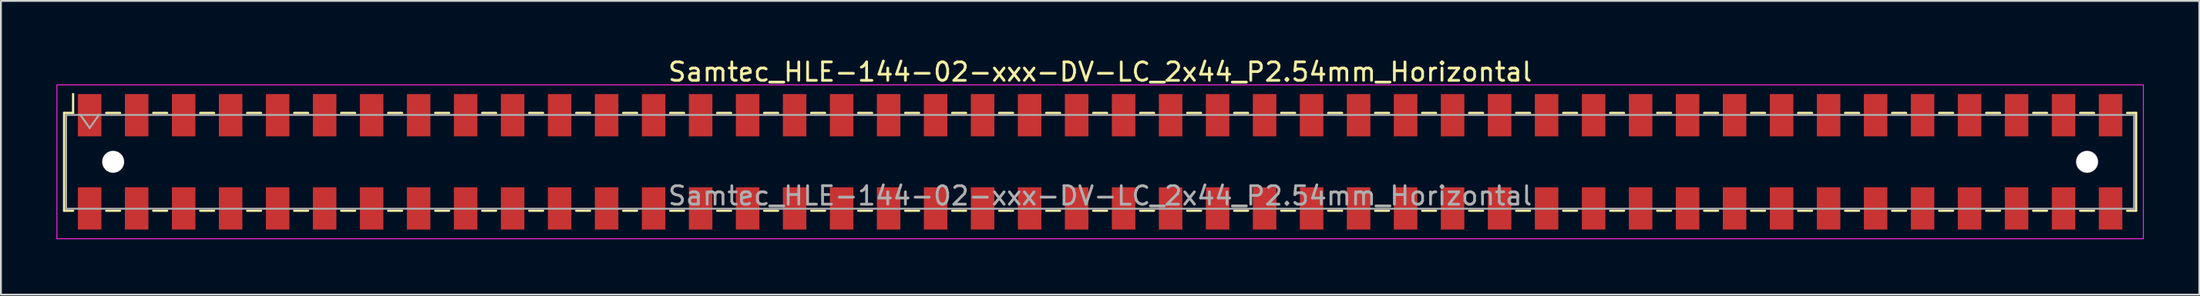
<source format=kicad_pcb>
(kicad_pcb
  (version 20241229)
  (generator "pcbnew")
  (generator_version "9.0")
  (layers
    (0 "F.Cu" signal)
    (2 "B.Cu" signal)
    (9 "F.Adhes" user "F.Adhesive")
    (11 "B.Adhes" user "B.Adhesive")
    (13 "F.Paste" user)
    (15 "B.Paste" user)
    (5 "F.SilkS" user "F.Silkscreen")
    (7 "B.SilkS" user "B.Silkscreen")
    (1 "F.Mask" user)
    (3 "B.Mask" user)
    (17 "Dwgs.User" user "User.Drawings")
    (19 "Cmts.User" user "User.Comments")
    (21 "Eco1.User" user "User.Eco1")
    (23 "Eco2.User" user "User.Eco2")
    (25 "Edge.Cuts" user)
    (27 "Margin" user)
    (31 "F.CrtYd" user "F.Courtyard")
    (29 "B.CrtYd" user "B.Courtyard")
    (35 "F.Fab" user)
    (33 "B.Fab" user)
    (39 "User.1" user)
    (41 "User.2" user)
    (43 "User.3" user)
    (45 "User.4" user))
  (footprint "Samtec_HLE-144-02-xxx-DV-LC_2x44_P2.54mm_Horizontal"
    (layer "F.Cu")
    (at 56.405 5.718)
    (property "Reference" "Samtec_HLE-144-02-xxx-DV-LC_2x44_P2.54mm_Horizontal" (at 0 -4.87 0) (layer "F.SilkS") (effects (font (size 1 1) (thickness 0.15))))
    (attr smd)
    (fp_line (start -55.99 -2.65) (end -55.99 2.65) (stroke (width 0.12) (type solid)) (layer "F.SilkS"))
    (fp_line (start -55.99 2.65) (end -55.505 2.65) (stroke (width 0.12) (type solid)) (layer "F.SilkS"))
    (fp_line (start -55.505 -3.67) (end -55.505 -2.65) (stroke (width 0.12) (type solid)) (layer "F.SilkS"))
    (fp_line (start -55.505 -2.65) (end -55.99 -2.65) (stroke (width 0.12) (type solid)) (layer "F.SilkS"))
    (fp_line (start -53.715 -2.65) (end -52.965 -2.65) (stroke (width 0.12) (type solid)) (layer "F.SilkS"))
    (fp_line (start -53.715 2.65) (end -52.965 2.65) (stroke (width 0.12) (type solid)) (layer "F.SilkS"))
    (fp_line (start -51.175 -2.65) (end -50.425 -2.65) (stroke (width 0.12) (type solid)) (layer "F.SilkS"))
    (fp_line (start -51.175 2.65) (end -50.425 2.65) (stroke (width 0.12) (type solid)) (layer "F.SilkS"))
    (fp_line (start -48.635 -2.65) (end -47.885 -2.65) (stroke (width 0.12) (type solid)) (layer "F.SilkS"))
    (fp_line (start -48.635 2.65) (end -47.885 2.65) (stroke (width 0.12) (type solid)) (layer "F.SilkS"))
    (fp_line (start -46.095 -2.65) (end -45.345 -2.65) (stroke (width 0.12) (type solid)) (layer "F.SilkS"))
    (fp_line (start -46.095 2.65) (end -45.345 2.65) (stroke (width 0.12) (type solid)) (layer "F.SilkS"))
    (fp_line (start -43.555 -2.65) (end -42.805 -2.65) (stroke (width 0.12) (type solid)) (layer "F.SilkS"))
    (fp_line (start -43.555 2.65) (end -42.805 2.65) (stroke (width 0.12) (type solid)) (layer "F.SilkS"))
    (fp_line (start -41.015 -2.65) (end -40.265 -2.65) (stroke (width 0.12) (type solid)) (layer "F.SilkS"))
    (fp_line (start -41.015 2.65) (end -40.265 2.65) (stroke (width 0.12) (type solid)) (layer "F.SilkS"))
    (fp_line (start -38.475 -2.65) (end -37.725 -2.65) (stroke (width 0.12) (type solid)) (layer "F.SilkS"))
    (fp_line (start -38.475 2.65) (end -37.725 2.65) (stroke (width 0.12) (type solid)) (layer "F.SilkS"))
    (fp_line (start -35.935 -2.65) (end -35.185 -2.65) (stroke (width 0.12) (type solid)) (layer "F.SilkS"))
    (fp_line (start -35.935 2.65) (end -35.185 2.65) (stroke (width 0.12) (type solid)) (layer "F.SilkS"))
    (fp_line (start -33.395 -2.65) (end -32.645 -2.65) (stroke (width 0.12) (type solid)) (layer "F.SilkS"))
    (fp_line (start -33.395 2.65) (end -32.645 2.65) (stroke (width 0.12) (type solid)) (layer "F.SilkS"))
    (fp_line (start -30.855 -2.65) (end -30.105 -2.65) (stroke (width 0.12) (type solid)) (layer "F.SilkS"))
    (fp_line (start -30.855 2.65) (end -30.105 2.65) (stroke (width 0.12) (type solid)) (layer "F.SilkS"))
    (fp_line (start -28.315 -2.65) (end -27.565 -2.65) (stroke (width 0.12) (type solid)) (layer "F.SilkS"))
    (fp_line (start -28.315 2.65) (end -27.565 2.65) (stroke (width 0.12) (type solid)) (layer "F.SilkS"))
    (fp_line (start -25.775 -2.65) (end -25.025 -2.65) (stroke (width 0.12) (type solid)) (layer "F.SilkS"))
    (fp_line (start -25.775 2.65) (end -25.025 2.65) (stroke (width 0.12) (type solid)) (layer "F.SilkS"))
    (fp_line (start -23.235 -2.65) (end -22.485 -2.65) (stroke (width 0.12) (type solid)) (layer "F.SilkS"))
    (fp_line (start -23.235 2.65) (end -22.485 2.65) (stroke (width 0.12) (type solid)) (layer "F.SilkS"))
    (fp_line (start -20.695 -2.65) (end -19.945 -2.65) (stroke (width 0.12) (type solid)) (layer "F.SilkS"))
    (fp_line (start -20.695 2.65) (end -19.945 2.65) (stroke (width 0.12) (type solid)) (layer "F.SilkS"))
    (fp_line (start -18.155 -2.65) (end -17.405 -2.65) (stroke (width 0.12) (type solid)) (layer "F.SilkS"))
    (fp_line (start -18.155 2.65) (end -17.405 2.65) (stroke (width 0.12) (type solid)) (layer "F.SilkS"))
    (fp_line (start -15.615 -2.65) (end -14.865 -2.65) (stroke (width 0.12) (type solid)) (layer "F.SilkS"))
    (fp_line (start -15.615 2.65) (end -14.865 2.65) (stroke (width 0.12) (type solid)) (layer "F.SilkS"))
    (fp_line (start -13.075 -2.65) (end -12.325 -2.65) (stroke (width 0.12) (type solid)) (layer "F.SilkS"))
    (fp_line (start -13.075 2.65) (end -12.325 2.65) (stroke (width 0.12) (type solid)) (layer "F.SilkS"))
    (fp_line (start -10.535 -2.65) (end -9.785 -2.65) (stroke (width 0.12) (type solid)) (layer "F.SilkS"))
    (fp_line (start -10.535 2.65) (end -9.785 2.65) (stroke (width 0.12) (type solid)) (layer "F.SilkS"))
    (fp_line (start -7.995 -2.65) (end -7.245 -2.65) (stroke (width 0.12) (type solid)) (layer "F.SilkS"))
    (fp_line (start -7.995 2.65) (end -7.245 2.65) (stroke (width 0.12) (type solid)) (layer "F.SilkS"))
    (fp_line (start -5.455 -2.65) (end -4.705 -2.65) (stroke (width 0.12) (type solid)) (layer "F.SilkS"))
    (fp_line (start -5.455 2.65) (end -4.705 2.65) (stroke (width 0.12) (type solid)) (layer "F.SilkS"))
    (fp_line (start -2.915 -2.65) (end -2.165 -2.65) (stroke (width 0.12) (type solid)) (layer "F.SilkS"))
    (fp_line (start -2.915 2.65) (end -2.165 2.65) (stroke (width 0.12) (type solid)) (layer "F.SilkS"))
    (fp_line (start -0.375 -2.65) (end 0.375 -2.65) (stroke (width 0.12) (type solid)) (layer "F.SilkS"))
    (fp_line (start -0.375 2.65) (end 0.375 2.65) (stroke (width 0.12) (type solid)) (layer "F.SilkS"))
    (fp_line (start 2.165 -2.65) (end 2.915 -2.65) (stroke (width 0.12) (type solid)) (layer "F.SilkS"))
    (fp_line (start 2.165 2.65) (end 2.915 2.65) (stroke (width 0.12) (type solid)) (layer "F.SilkS"))
    (fp_line (start 4.705 -2.65) (end 5.455 -2.65) (stroke (width 0.12) (type solid)) (layer "F.SilkS"))
    (fp_line (start 4.705 2.65) (end 5.455 2.65) (stroke (width 0.12) (type solid)) (layer "F.SilkS"))
    (fp_line (start 7.245 -2.65) (end 7.995 -2.65) (stroke (width 0.12) (type solid)) (layer "F.SilkS"))
    (fp_line (start 7.245 2.65) (end 7.995 2.65) (stroke (width 0.12) (type solid)) (layer "F.SilkS"))
    (fp_line (start 9.785 -2.65) (end 10.535 -2.65) (stroke (width 0.12) (type solid)) (layer "F.SilkS"))
    (fp_line (start 9.785 2.65) (end 10.535 2.65) (stroke (width 0.12) (type solid)) (layer "F.SilkS"))
    (fp_line (start 12.325 -2.65) (end 13.075 -2.65) (stroke (width 0.12) (type solid)) (layer "F.SilkS"))
    (fp_line (start 12.325 2.65) (end 13.075 2.65) (stroke (width 0.12) (type solid)) (layer "F.SilkS"))
    (fp_line (start 14.865 -2.65) (end 15.615 -2.65) (stroke (width 0.12) (type solid)) (layer "F.SilkS"))
    (fp_line (start 14.865 2.65) (end 15.615 2.65) (stroke (width 0.12) (type solid)) (layer "F.SilkS"))
    (fp_line (start 17.405 -2.65) (end 18.155 -2.65) (stroke (width 0.12) (type solid)) (layer "F.SilkS"))
    (fp_line (start 17.405 2.65) (end 18.155 2.65) (stroke (width 0.12) (type solid)) (layer "F.SilkS"))
    (fp_line (start 19.945 -2.65) (end 20.695 -2.65) (stroke (width 0.12) (type solid)) (layer "F.SilkS"))
    (fp_line (start 19.945 2.65) (end 20.695 2.65) (stroke (width 0.12) (type solid)) (layer "F.SilkS"))
    (fp_line (start 22.485 -2.65) (end 23.235 -2.65) (stroke (width 0.12) (type solid)) (layer "F.SilkS"))
    (fp_line (start 22.485 2.65) (end 23.235 2.65) (stroke (width 0.12) (type solid)) (layer "F.SilkS"))
    (fp_line (start 25.025 -2.65) (end 25.775 -2.65) (stroke (width 0.12) (type solid)) (layer "F.SilkS"))
    (fp_line (start 25.025 2.65) (end 25.775 2.65) (stroke (width 0.12) (type solid)) (layer "F.SilkS"))
    (fp_line (start 27.565 -2.65) (end 28.315 -2.65) (stroke (width 0.12) (type solid)) (layer "F.SilkS"))
    (fp_line (start 27.565 2.65) (end 28.315 2.65) (stroke (width 0.12) (type solid)) (layer "F.SilkS"))
    (fp_line (start 30.105 -2.65) (end 30.855 -2.65) (stroke (width 0.12) (type solid)) (layer "F.SilkS"))
    (fp_line (start 30.105 2.65) (end 30.855 2.65) (stroke (width 0.12) (type solid)) (layer "F.SilkS"))
    (fp_line (start 32.645 -2.65) (end 33.395 -2.65) (stroke (width 0.12) (type solid)) (layer "F.SilkS"))
    (fp_line (start 32.645 2.65) (end 33.395 2.65) (stroke (width 0.12) (type solid)) (layer "F.SilkS"))
    (fp_line (start 35.185 -2.65) (end 35.935 -2.65) (stroke (width 0.12) (type solid)) (layer "F.SilkS"))
    (fp_line (start 35.185 2.65) (end 35.935 2.65) (stroke (width 0.12) (type solid)) (layer "F.SilkS"))
    (fp_line (start 37.725 -2.65) (end 38.475 -2.65) (stroke (width 0.12) (type solid)) (layer "F.SilkS"))
    (fp_line (start 37.725 2.65) (end 38.475 2.65) (stroke (width 0.12) (type solid)) (layer "F.SilkS"))
    (fp_line (start 40.265 -2.65) (end 41.015 -2.65) (stroke (width 0.12) (type solid)) (layer "F.SilkS"))
    (fp_line (start 40.265 2.65) (end 41.015 2.65) (stroke (width 0.12) (type solid)) (layer "F.SilkS"))
    (fp_line (start 42.805 -2.65) (end 43.555 -2.65) (stroke (width 0.12) (type solid)) (layer "F.SilkS"))
    (fp_line (start 42.805 2.65) (end 43.555 2.65) (stroke (width 0.12) (type solid)) (layer "F.SilkS"))
    (fp_line (start 45.345 -2.65) (end 46.095 -2.65) (stroke (width 0.12) (type solid)) (layer "F.SilkS"))
    (fp_line (start 45.345 2.65) (end 46.095 2.65) (stroke (width 0.12) (type solid)) (layer "F.SilkS"))
    (fp_line (start 47.885 -2.65) (end 48.635 -2.65) (stroke (width 0.12) (type solid)) (layer "F.SilkS"))
    (fp_line (start 47.885 2.65) (end 48.635 2.65) (stroke (width 0.12) (type solid)) (layer "F.SilkS"))
    (fp_line (start 50.425 -2.65) (end 51.175 -2.65) (stroke (width 0.12) (type solid)) (layer "F.SilkS"))
    (fp_line (start 50.425 2.65) (end 51.175 2.65) (stroke (width 0.12) (type solid)) (layer "F.SilkS"))
    (fp_line (start 52.965 -2.65) (end 53.715 -2.65) (stroke (width 0.12) (type solid)) (layer "F.SilkS"))
    (fp_line (start 52.965 2.65) (end 53.715 2.65) (stroke (width 0.12) (type solid)) (layer "F.SilkS"))
    (fp_line (start 55.505 -2.65) (end 55.99 -2.65) (stroke (width 0.12) (type solid)) (layer "F.SilkS"))
    (fp_line (start 55.99 -2.65) (end 55.99 2.65) (stroke (width 0.12) (type solid)) (layer "F.SilkS"))
    (fp_line (start 55.99 2.65) (end 55.505 2.65) (stroke (width 0.12) (type solid)) (layer "F.SilkS"))
    (fp_line (start -56.38 -4.17) (end 56.38 -4.17) (stroke (width 0.05) (type solid)) (layer "F.CrtYd"))
    (fp_line (start -56.38 4.17) (end -56.38 -4.17) (stroke (width 0.05) (type solid)) (layer "F.CrtYd"))
    (fp_line (start 56.38 -4.17) (end 56.38 4.17) (stroke (width 0.05) (type solid)) (layer "F.CrtYd"))
    (fp_line (start 56.38 4.17) (end -56.38 4.17) (stroke (width 0.05) (type solid)) (layer "F.CrtYd"))
    (fp_line (start -55.88 -2.54) (end 55.88 -2.54) (stroke (width 0.1) (type solid)) (layer "F.Fab"))
    (fp_line (start -55.88 2.54) (end -55.88 -2.54) (stroke (width 0.1) (type solid)) (layer "F.Fab"))
    (fp_line (start -55.11 -2.54) (end -54.61 -1.833) (stroke (width 0.1) (type solid)) (layer "F.Fab"))
    (fp_line (start -54.61 -1.833) (end -54.11 -2.54) (stroke (width 0.1) (type solid)) (layer "F.Fab"))
    (fp_line (start 55.88 -2.54) (end 55.88 2.54) (stroke (width 0.1) (type solid)) (layer "F.Fab"))
    (fp_line (start 55.88 2.54) (end -55.88 2.54) (stroke (width 0.1) (type solid)) (layer "F.Fab"))
    (fp_text user "${REFERENCE}" (at 0 1.84 0) (layer "F.Fab") (effects (font (size 1 1) (thickness 0.15))))
    (pad "" np_thru_hole circle (at -53.34 0) (size 1.19 1.19) (drill 1.19) (layers "*.Cu" "*.Mask"))
    (pad "" np_thru_hole circle (at 53.34 0) (size 1.19 1.19) (drill 1.19) (layers "*.Cu" "*.Mask"))
    (pad "1" smd rect (at -54.61 -2.525) (size 1.27 2.29) (layers "F.Cu" "F.Mask" "F.Paste"))
    (pad "2" smd rect (at -54.61 2.525) (size 1.27 2.29) (layers "F.Cu" "F.Mask" "F.Paste"))
    (pad "3" smd rect (at -52.07 -2.525) (size 1.27 2.29) (layers "F.Cu" "F.Mask" "F.Paste"))
    (pad "4" smd rect (at -52.07 2.525) (size 1.27 2.29) (layers "F.Cu" "F.Mask" "F.Paste"))
    (pad "5" smd rect (at -49.53 -2.525) (size 1.27 2.29) (layers "F.Cu" "F.Mask" "F.Paste"))
    (pad "6" smd rect (at -49.53 2.525) (size 1.27 2.29) (layers "F.Cu" "F.Mask" "F.Paste"))
    (pad "7" smd rect (at -46.99 -2.525) (size 1.27 2.29) (layers "F.Cu" "F.Mask" "F.Paste"))
    (pad "8" smd rect (at -46.99 2.525) (size 1.27 2.29) (layers "F.Cu" "F.Mask" "F.Paste"))
    (pad "9" smd rect (at -44.45 -2.525) (size 1.27 2.29) (layers "F.Cu" "F.Mask" "F.Paste"))
    (pad "10" smd rect (at -44.45 2.525) (size 1.27 2.29) (layers "F.Cu" "F.Mask" "F.Paste"))
    (pad "11" smd rect (at -41.91 -2.525) (size 1.27 2.29) (layers "F.Cu" "F.Mask" "F.Paste"))
    (pad "12" smd rect (at -41.91 2.525) (size 1.27 2.29) (layers "F.Cu" "F.Mask" "F.Paste"))
    (pad "13" smd rect (at -39.37 -2.525) (size 1.27 2.29) (layers "F.Cu" "F.Mask" "F.Paste"))
    (pad "14" smd rect (at -39.37 2.525) (size 1.27 2.29) (layers "F.Cu" "F.Mask" "F.Paste"))
    (pad "15" smd rect (at -36.83 -2.525) (size 1.27 2.29) (layers "F.Cu" "F.Mask" "F.Paste"))
    (pad "16" smd rect (at -36.83 2.525) (size 1.27 2.29) (layers "F.Cu" "F.Mask" "F.Paste"))
    (pad "17" smd rect (at -34.29 -2.525) (size 1.27 2.29) (layers "F.Cu" "F.Mask" "F.Paste"))
    (pad "18" smd rect (at -34.29 2.525) (size 1.27 2.29) (layers "F.Cu" "F.Mask" "F.Paste"))
    (pad "19" smd rect (at -31.75 -2.525) (size 1.27 2.29) (layers "F.Cu" "F.Mask" "F.Paste"))
    (pad "20" smd rect (at -31.75 2.525) (size 1.27 2.29) (layers "F.Cu" "F.Mask" "F.Paste"))
    (pad "21" smd rect (at -29.21 -2.525) (size 1.27 2.29) (layers "F.Cu" "F.Mask" "F.Paste"))
    (pad "22" smd rect (at -29.21 2.525) (size 1.27 2.29) (layers "F.Cu" "F.Mask" "F.Paste"))
    (pad "23" smd rect (at -26.67 -2.525) (size 1.27 2.29) (layers "F.Cu" "F.Mask" "F.Paste"))
    (pad "24" smd rect (at -26.67 2.525) (size 1.27 2.29) (layers "F.Cu" "F.Mask" "F.Paste"))
    (pad "25" smd rect (at -24.13 -2.525) (size 1.27 2.29) (layers "F.Cu" "F.Mask" "F.Paste"))
    (pad "26" smd rect (at -24.13 2.525) (size 1.27 2.29) (layers "F.Cu" "F.Mask" "F.Paste"))
    (pad "27" smd rect (at -21.59 -2.525) (size 1.27 2.29) (layers "F.Cu" "F.Mask" "F.Paste"))
    (pad "28" smd rect (at -21.59 2.525) (size 1.27 2.29) (layers "F.Cu" "F.Mask" "F.Paste"))
    (pad "29" smd rect (at -19.05 -2.525) (size 1.27 2.29) (layers "F.Cu" "F.Mask" "F.Paste"))
    (pad "30" smd rect (at -19.05 2.525) (size 1.27 2.29) (layers "F.Cu" "F.Mask" "F.Paste"))
    (pad "31" smd rect (at -16.51 -2.525) (size 1.27 2.29) (layers "F.Cu" "F.Mask" "F.Paste"))
    (pad "32" smd rect (at -16.51 2.525) (size 1.27 2.29) (layers "F.Cu" "F.Mask" "F.Paste"))
    (pad "33" smd rect (at -13.97 -2.525) (size 1.27 2.29) (layers "F.Cu" "F.Mask" "F.Paste"))
    (pad "34" smd rect (at -13.97 2.525) (size 1.27 2.29) (layers "F.Cu" "F.Mask" "F.Paste"))
    (pad "35" smd rect (at -11.43 -2.525) (size 1.27 2.29) (layers "F.Cu" "F.Mask" "F.Paste"))
    (pad "36" smd rect (at -11.43 2.525) (size 1.27 2.29) (layers "F.Cu" "F.Mask" "F.Paste"))
    (pad "37" smd rect (at -8.89 -2.525) (size 1.27 2.29) (layers "F.Cu" "F.Mask" "F.Paste"))
    (pad "38" smd rect (at -8.89 2.525) (size 1.27 2.29) (layers "F.Cu" "F.Mask" "F.Paste"))
    (pad "39" smd rect (at -6.35 -2.525) (size 1.27 2.29) (layers "F.Cu" "F.Mask" "F.Paste"))
    (pad "40" smd rect (at -6.35 2.525) (size 1.27 2.29) (layers "F.Cu" "F.Mask" "F.Paste"))
    (pad "41" smd rect (at -3.81 -2.525) (size 1.27 2.29) (layers "F.Cu" "F.Mask" "F.Paste"))
    (pad "42" smd rect (at -3.81 2.525) (size 1.27 2.29) (layers "F.Cu" "F.Mask" "F.Paste"))
    (pad "43" smd rect (at -1.27 -2.525) (size 1.27 2.29) (layers "F.Cu" "F.Mask" "F.Paste"))
    (pad "44" smd rect (at -1.27 2.525) (size 1.27 2.29) (layers "F.Cu" "F.Mask" "F.Paste"))
    (pad "45" smd rect (at 1.27 -2.525) (size 1.27 2.29) (layers "F.Cu" "F.Mask" "F.Paste"))
    (pad "46" smd rect (at 1.27 2.525) (size 1.27 2.29) (layers "F.Cu" "F.Mask" "F.Paste"))
    (pad "47" smd rect (at 3.81 -2.525) (size 1.27 2.29) (layers "F.Cu" "F.Mask" "F.Paste"))
    (pad "48" smd rect (at 3.81 2.525) (size 1.27 2.29) (layers "F.Cu" "F.Mask" "F.Paste"))
    (pad "49" smd rect (at 6.35 -2.525) (size 1.27 2.29) (layers "F.Cu" "F.Mask" "F.Paste"))
    (pad "50" smd rect (at 6.35 2.525) (size 1.27 2.29) (layers "F.Cu" "F.Mask" "F.Paste"))
    (pad "51" smd rect (at 8.89 -2.525) (size 1.27 2.29) (layers "F.Cu" "F.Mask" "F.Paste"))
    (pad "52" smd rect (at 8.89 2.525) (size 1.27 2.29) (layers "F.Cu" "F.Mask" "F.Paste"))
    (pad "53" smd rect (at 11.43 -2.525) (size 1.27 2.29) (layers "F.Cu" "F.Mask" "F.Paste"))
    (pad "54" smd rect (at 11.43 2.525) (size 1.27 2.29) (layers "F.Cu" "F.Mask" "F.Paste"))
    (pad "55" smd rect (at 13.97 -2.525) (size 1.27 2.29) (layers "F.Cu" "F.Mask" "F.Paste"))
    (pad "56" smd rect (at 13.97 2.525) (size 1.27 2.29) (layers "F.Cu" "F.Mask" "F.Paste"))
    (pad "57" smd rect (at 16.51 -2.525) (size 1.27 2.29) (layers "F.Cu" "F.Mask" "F.Paste"))
    (pad "58" smd rect (at 16.51 2.525) (size 1.27 2.29) (layers "F.Cu" "F.Mask" "F.Paste"))
    (pad "59" smd rect (at 19.05 -2.525) (size 1.27 2.29) (layers "F.Cu" "F.Mask" "F.Paste"))
    (pad "60" smd rect (at 19.05 2.525) (size 1.27 2.29) (layers "F.Cu" "F.Mask" "F.Paste"))
    (pad "61" smd rect (at 21.59 -2.525) (size 1.27 2.29) (layers "F.Cu" "F.Mask" "F.Paste"))
    (pad "62" smd rect (at 21.59 2.525) (size 1.27 2.29) (layers "F.Cu" "F.Mask" "F.Paste"))
    (pad "63" smd rect (at 24.13 -2.525) (size 1.27 2.29) (layers "F.Cu" "F.Mask" "F.Paste"))
    (pad "64" smd rect (at 24.13 2.525) (size 1.27 2.29) (layers "F.Cu" "F.Mask" "F.Paste"))
    (pad "65" smd rect (at 26.67 -2.525) (size 1.27 2.29) (layers "F.Cu" "F.Mask" "F.Paste"))
    (pad "66" smd rect (at 26.67 2.525) (size 1.27 2.29) (layers "F.Cu" "F.Mask" "F.Paste"))
    (pad "67" smd rect (at 29.21 -2.525) (size 1.27 2.29) (layers "F.Cu" "F.Mask" "F.Paste"))
    (pad "68" smd rect (at 29.21 2.525) (size 1.27 2.29) (layers "F.Cu" "F.Mask" "F.Paste"))
    (pad "69" smd rect (at 31.75 -2.525) (size 1.27 2.29) (layers "F.Cu" "F.Mask" "F.Paste"))
    (pad "70" smd rect (at 31.75 2.525) (size 1.27 2.29) (layers "F.Cu" "F.Mask" "F.Paste"))
    (pad "71" smd rect (at 34.29 -2.525) (size 1.27 2.29) (layers "F.Cu" "F.Mask" "F.Paste"))
    (pad "72" smd rect (at 34.29 2.525) (size 1.27 2.29) (layers "F.Cu" "F.Mask" "F.Paste"))
    (pad "73" smd rect (at 36.83 -2.525) (size 1.27 2.29) (layers "F.Cu" "F.Mask" "F.Paste"))
    (pad "74" smd rect (at 36.83 2.525) (size 1.27 2.29) (layers "F.Cu" "F.Mask" "F.Paste"))
    (pad "75" smd rect (at 39.37 -2.525) (size 1.27 2.29) (layers "F.Cu" "F.Mask" "F.Paste"))
    (pad "76" smd rect (at 39.37 2.525) (size 1.27 2.29) (layers "F.Cu" "F.Mask" "F.Paste"))
    (pad "77" smd rect (at 41.91 -2.525) (size 1.27 2.29) (layers "F.Cu" "F.Mask" "F.Paste"))
    (pad "78" smd rect (at 41.91 2.525) (size 1.27 2.29) (layers "F.Cu" "F.Mask" "F.Paste"))
    (pad "79" smd rect (at 44.45 -2.525) (size 1.27 2.29) (layers "F.Cu" "F.Mask" "F.Paste"))
    (pad "80" smd rect (at 44.45 2.525) (size 1.27 2.29) (layers "F.Cu" "F.Mask" "F.Paste"))
    (pad "81" smd rect (at 46.99 -2.525) (size 1.27 2.29) (layers "F.Cu" "F.Mask" "F.Paste"))
    (pad "82" smd rect (at 46.99 2.525) (size 1.27 2.29) (layers "F.Cu" "F.Mask" "F.Paste"))
    (pad "83" smd rect (at 49.53 -2.525) (size 1.27 2.29) (layers "F.Cu" "F.Mask" "F.Paste"))
    (pad "84" smd rect (at 49.53 2.525) (size 1.27 2.29) (layers "F.Cu" "F.Mask" "F.Paste"))
    (pad "85" smd rect (at 52.07 -2.525) (size 1.27 2.29) (layers "F.Cu" "F.Mask" "F.Paste"))
    (pad "86" smd rect (at 52.07 2.525) (size 1.27 2.29) (layers "F.Cu" "F.Mask" "F.Paste"))
    (pad "87" smd rect (at 54.61 -2.525) (size 1.27 2.29) (layers "F.Cu" "F.Mask" "F.Paste"))
    (pad "88" smd rect (at 54.61 2.525) (size 1.27 2.29) (layers "F.Cu" "F.Mask" "F.Paste")))
  (gr_rect
    (start -3 -3)
    (end 115.81 12.913)
    (stroke (width 0.1) (type default))
    (fill no)
    (layer "Edge.Cuts")))
</source>
